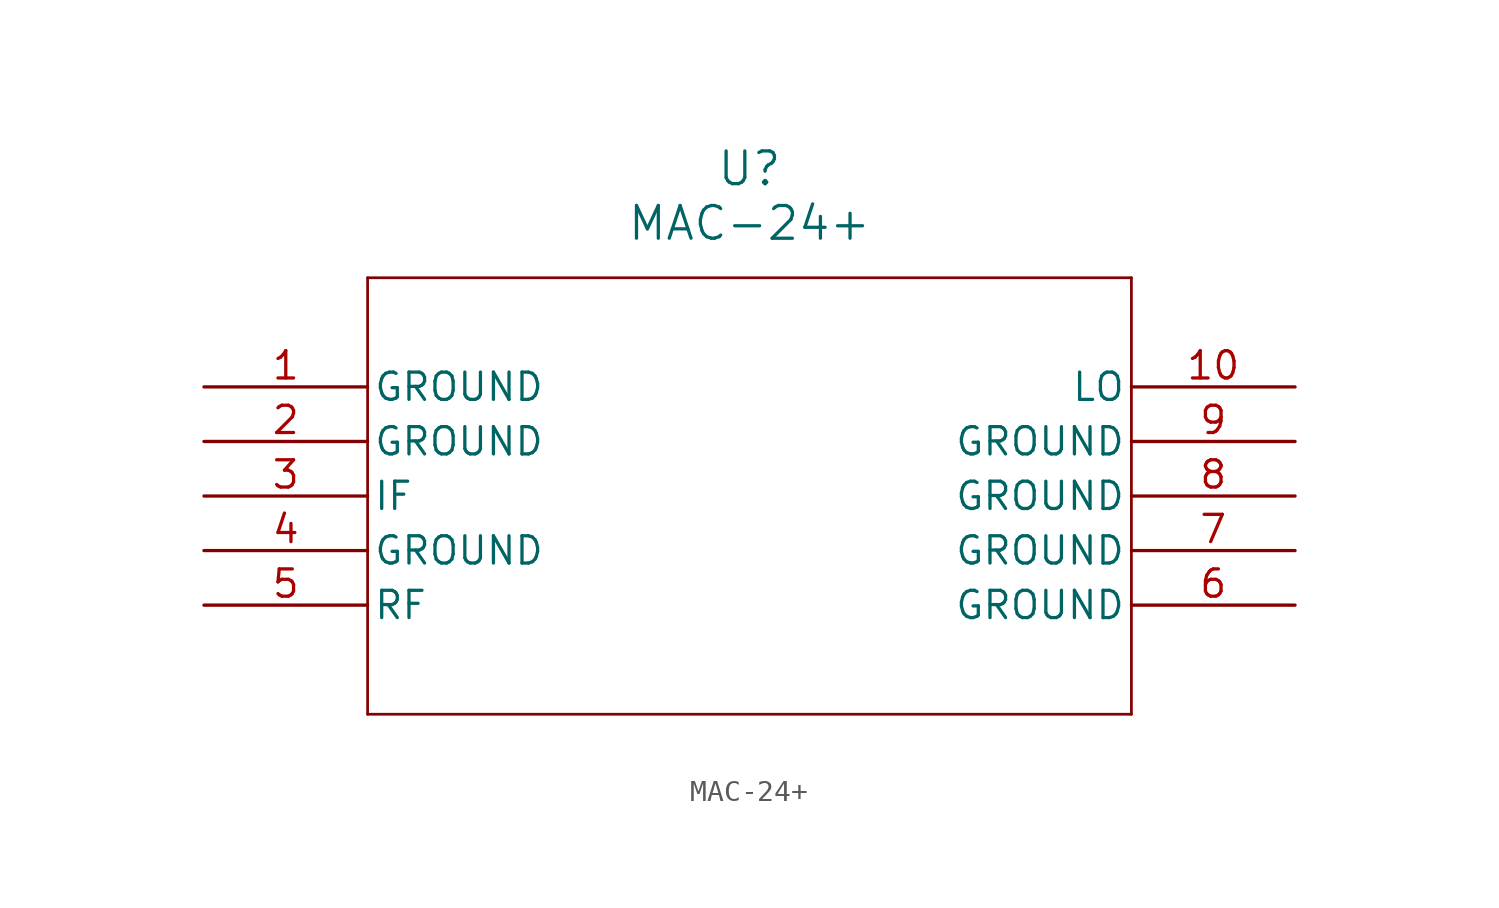
<source format=kicad_sym>
(kicad_symbol_lib
  (version 20211014)
  (generator kicad_symbol_editor)
  (symbol "MAC-24+"
    (pin_names
      (offset 0.254))
    (property "Reference" "U"
      (at 25.4 10.16 0)
      (effects (font (size 1.524 1.524))))
    (property "Value" "MAC-24+"
      (at 25.4 7.62 0)
      (effects (font (size 1.524 1.524))))
    (symbol "MAC-24+_0_1"
      (polyline (pts (xy 7.62 5.08) (xy 7.62 -15.24)) (stroke (width 0.127) (type default) (color 0 0 0 0)) (fill (type none)))
      (polyline (pts (xy 7.62 -15.24) (xy 43.18 -15.24)) (stroke (width 0.127) (type default) (color 0 0 0 0)) (fill (type none)))
      (polyline (pts (xy 43.18 -15.24) (xy 43.18 5.08)) (stroke (width 0.127) (type default) (color 0 0 0 0)) (fill (type none)))
      (polyline (pts (xy 43.18 5.08) (xy 7.62 5.08)) (stroke (width 0.127) (type default) (color 0 0 0 0)) (fill (type none)))
      (pin power_out line (at 0 0 0) (length 7.62) (name "GROUND" (effects (font (size 1.27 1.27)))) (number "1" (effects (font (size 1.27 1.27)))))
      (pin power_out line (at 0 -2.54 0) (length 7.62) (name "GROUND" (effects (font (size 1.27 1.27)))) (number "2" (effects (font (size 1.27 1.27)))))
      (pin unspecified line (at 0 -5.08 0) (length 7.62) (name "IF" (effects (font (size 1.27 1.27)))) (number "3" (effects (font (size 1.27 1.27)))))
      (pin power_out line (at 0 -7.62 0) (length 7.62) (name "GROUND" (effects (font (size 1.27 1.27)))) (number "4" (effects (font (size 1.27 1.27)))))
      (pin unspecified line (at 0 -10.16 0) (length 7.62) (name "RF" (effects (font (size 1.27 1.27)))) (number "5" (effects (font (size 1.27 1.27)))))
      (pin power_out line (at 50.8 -10.16 180) (length 7.62) (name "GROUND" (effects (font (size 1.27 1.27)))) (number "6" (effects (font (size 1.27 1.27)))))
      (pin power_out line (at 50.8 -7.62 180) (length 7.62) (name "GROUND" (effects (font (size 1.27 1.27)))) (number "7" (effects (font (size 1.27 1.27)))))
      (pin power_out line (at 50.8 -5.08 180) (length 7.62) (name "GROUND" (effects (font (size 1.27 1.27)))) (number "8" (effects (font (size 1.27 1.27)))))
      (pin power_out line (at 50.8 -2.54 180) (length 7.62) (name "GROUND" (effects (font (size 1.27 1.27)))) (number "9" (effects (font (size 1.27 1.27)))))
      (pin unspecified line (at 50.8 0 180) (length 7.62) (name "LO" (effects (font (size 1.27 1.27)))) (number "10" (effects (font (size 1.27 1.27))))))))
</source>
